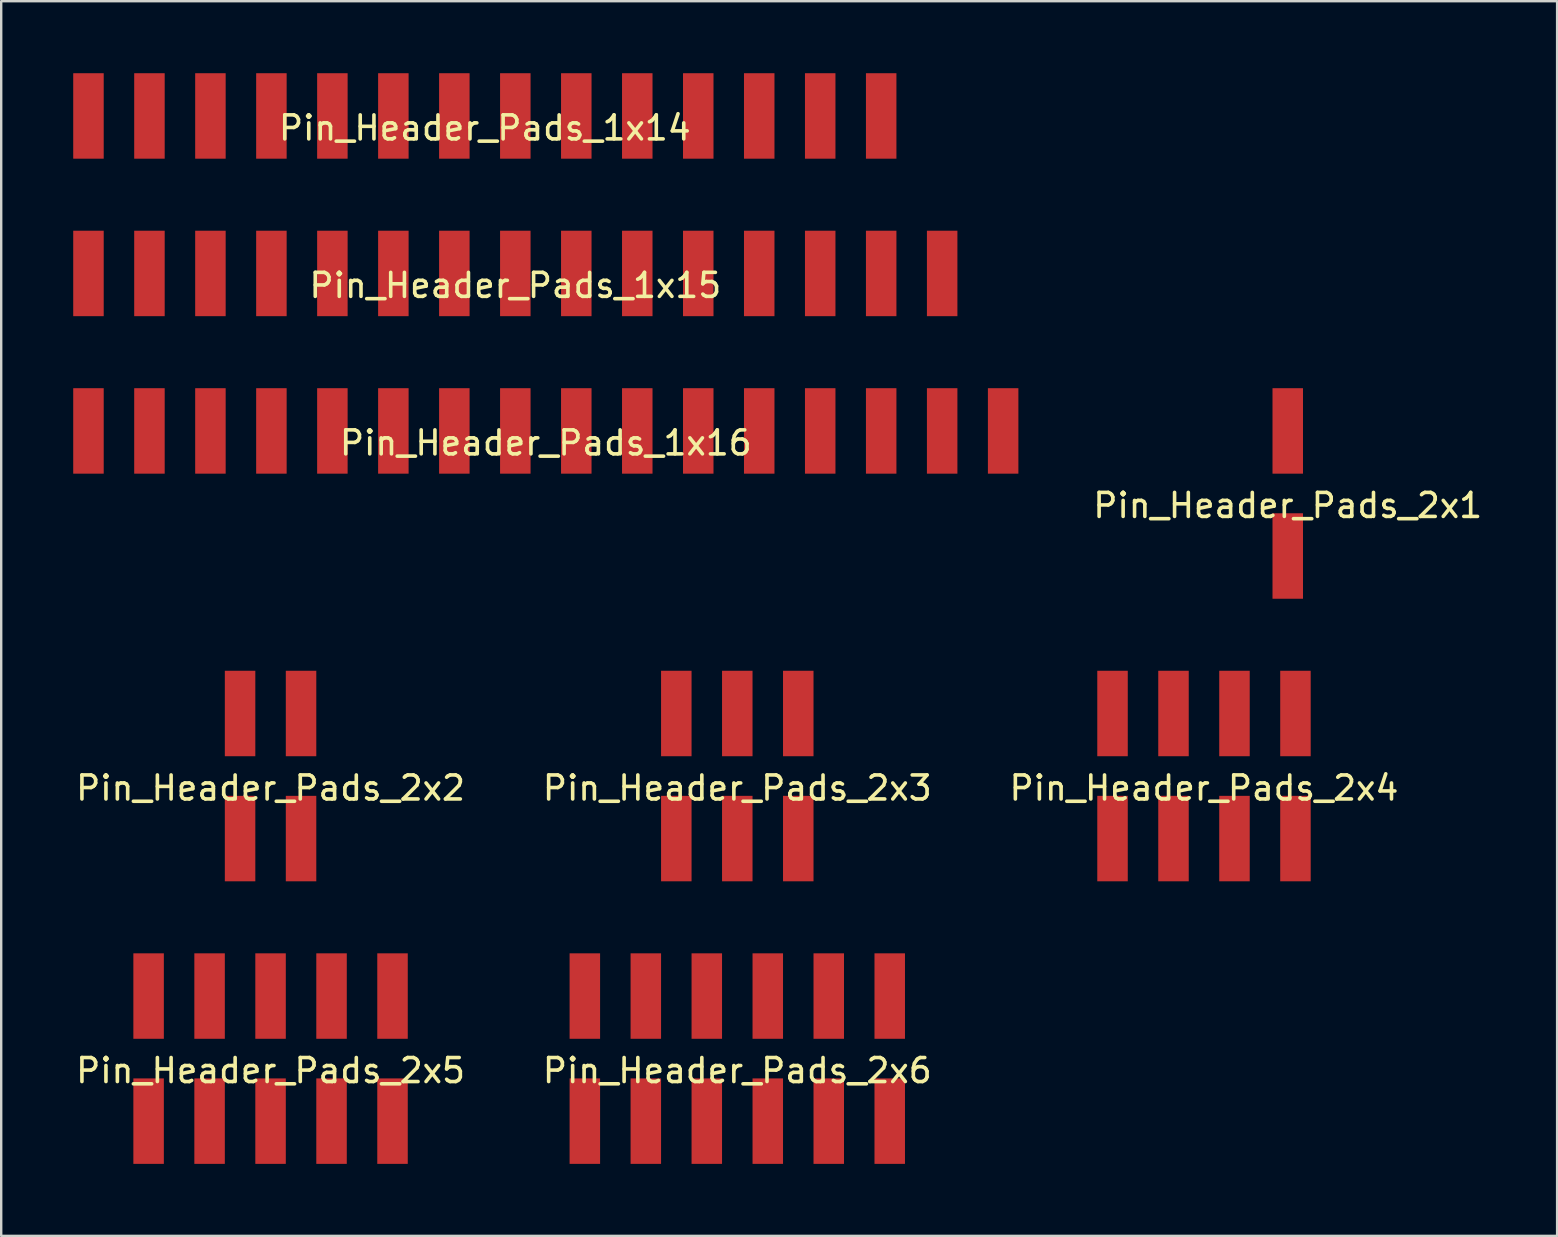
<source format=kicad_pcb>
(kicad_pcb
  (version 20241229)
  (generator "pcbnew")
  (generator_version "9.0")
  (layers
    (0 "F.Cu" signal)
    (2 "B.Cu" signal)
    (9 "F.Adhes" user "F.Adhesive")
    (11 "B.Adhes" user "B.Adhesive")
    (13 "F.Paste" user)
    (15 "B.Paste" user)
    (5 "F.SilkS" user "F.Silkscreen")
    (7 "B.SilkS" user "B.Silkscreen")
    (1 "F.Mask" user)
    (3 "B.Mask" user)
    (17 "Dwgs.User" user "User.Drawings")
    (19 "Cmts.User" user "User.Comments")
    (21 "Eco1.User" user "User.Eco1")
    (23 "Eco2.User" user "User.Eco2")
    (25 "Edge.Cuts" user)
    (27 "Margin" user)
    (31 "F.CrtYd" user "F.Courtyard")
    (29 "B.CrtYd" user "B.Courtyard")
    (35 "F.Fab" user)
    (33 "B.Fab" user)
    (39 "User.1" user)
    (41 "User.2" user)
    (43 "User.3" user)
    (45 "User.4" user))
  (footprint "Pin_Header_Pads_2x5"
    (layer "F.Cu")
    (at 8.22 41.045)
    (property "Reference" "Pin_Header_Pads_2x5" (at 0 0.5 0) (layer "F.SilkS") (effects (font (size 1 1) (thickness 0.15))))
    (attr through_hole)
    (pad "1" smd rect (at -5.08 2.605) (size 1.27 3.56) (layers "F.Cu" "F.Mask" "F.Paste"))
    (pad "2" smd rect (at -5.08 -2.605) (size 1.27 3.56) (layers "F.Cu" "F.Mask" "F.Paste"))
    (pad "3" smd rect (at -2.54 2.605) (size 1.27 3.56) (layers "F.Cu" "F.Mask" "F.Paste"))
    (pad "4" smd rect (at -2.54 -2.605) (size 1.27 3.56) (layers "F.Cu" "F.Mask" "F.Paste"))
    (pad "5" smd rect (at 0 2.605) (size 1.27 3.56) (layers "F.Cu" "F.Mask" "F.Paste"))
    (pad "6" smd rect (at 0 -2.605) (size 1.27 3.56) (layers "F.Cu" "F.Mask" "F.Paste"))
    (pad "7" smd rect (at 2.54 2.605) (size 1.27 3.56) (layers "F.Cu" "F.Mask" "F.Paste"))
    (pad "8" smd rect (at 2.54 -2.605) (size 1.27 3.56) (layers "F.Cu" "F.Mask" "F.Paste"))
    (pad "9" smd rect (at 5.08 2.605) (size 1.27 3.56) (layers "F.Cu" "F.Mask" "F.Paste"))
    (pad "10" smd rect (at 5.08 -2.605) (size 1.27 3.56) (layers "F.Cu" "F.Mask" "F.Paste")))
  (footprint "Pin_Header_Pads_2x6"
    (layer "F.Cu")
    (at 27.661 41.045)
    (property "Reference" "Pin_Header_Pads_2x6" (at 0 0.5 0) (layer "F.SilkS") (effects (font (size 1 1) (thickness 0.15))))
    (attr through_hole)
    (pad "1" smd rect (at -6.35 2.605) (size 1.27 3.56) (layers "F.Cu" "F.Mask" "F.Paste"))
    (pad "2" smd rect (at -6.35 -2.605) (size 1.27 3.56) (layers "F.Cu" "F.Mask" "F.Paste"))
    (pad "3" smd rect (at -3.81 2.605) (size 1.27 3.56) (layers "F.Cu" "F.Mask" "F.Paste"))
    (pad "4" smd rect (at -3.81 -2.605) (size 1.27 3.56) (layers "F.Cu" "F.Mask" "F.Paste"))
    (pad "5" smd rect (at -1.27 2.605) (size 1.27 3.56) (layers "F.Cu" "F.Mask" "F.Paste"))
    (pad "6" smd rect (at -1.27 -2.605) (size 1.27 3.56) (layers "F.Cu" "F.Mask" "F.Paste"))
    (pad "7" smd rect (at 1.27 2.605) (size 1.27 3.56) (layers "F.Cu" "F.Mask" "F.Paste"))
    (pad "8" smd rect (at 1.27 -2.605) (size 1.27 3.56) (layers "F.Cu" "F.Mask" "F.Paste"))
    (pad "9" smd rect (at 3.81 2.605) (size 1.27 3.56) (layers "F.Cu" "F.Mask" "F.Paste"))
    (pad "10" smd rect (at 3.81 -2.605) (size 1.27 3.56) (layers "F.Cu" "F.Mask" "F.Paste"))
    (pad "11" smd rect (at 6.35 2.605) (size 1.27 3.56) (layers "F.Cu" "F.Mask" "F.Paste"))
    (pad "12" smd rect (at 6.35 -2.605) (size 1.27 3.56) (layers "F.Cu" "F.Mask" "F.Paste")))
  (footprint "Pin_Header_Pads_2x3"
    (layer "F.Cu")
    (at 27.661 29.275)
    (property "Reference" "Pin_Header_Pads_2x3" (at 0 0.5 0) (layer "F.SilkS") (effects (font (size 1 1) (thickness 0.15))))
    (attr through_hole)
    (pad "1" smd rect (at -2.54 2.605) (size 1.27 3.56) (layers "F.Cu" "F.Mask" "F.Paste"))
    (pad "2" smd rect (at -2.54 -2.605) (size 1.27 3.56) (layers "F.Cu" "F.Mask" "F.Paste"))
    (pad "3" smd rect (at 0 2.605) (size 1.27 3.56) (layers "F.Cu" "F.Mask" "F.Paste"))
    (pad "4" smd rect (at 0 -2.605) (size 1.27 3.56) (layers "F.Cu" "F.Mask" "F.Paste"))
    (pad "5" smd rect (at 2.54 2.605) (size 1.27 3.56) (layers "F.Cu" "F.Mask" "F.Paste"))
    (pad "6" smd rect (at 2.54 -2.605) (size 1.27 3.56) (layers "F.Cu" "F.Mask" "F.Paste")))
  (footprint "Pin_Header_Pads_1x15"
    (layer "F.Cu")
    (at 18.415 8.34)
    (property "Reference" "Pin_Header_Pads_1x15" (at 0 0.5 0) (layer "F.SilkS") (effects (font (size 1 1) (thickness 0.15))))
    (attr through_hole)
    (pad "1" smd rect (at -17.78 0) (size 1.27 3.56) (layers "F.Cu" "F.Mask" "F.Paste"))
    (pad "2" smd rect (at -15.24 0) (size 1.27 3.56) (layers "F.Cu" "F.Mask" "F.Paste"))
    (pad "3" smd rect (at -12.7 0) (size 1.27 3.56) (layers "F.Cu" "F.Mask" "F.Paste"))
    (pad "4" smd rect (at -10.16 0) (size 1.27 3.56) (layers "F.Cu" "F.Mask" "F.Paste"))
    (pad "5" smd rect (at -7.62 0) (size 1.27 3.56) (layers "F.Cu" "F.Mask" "F.Paste"))
    (pad "6" smd rect (at -5.08 0) (size 1.27 3.56) (layers "F.Cu" "F.Mask" "F.Paste"))
    (pad "7" smd rect (at -2.54 0) (size 1.27 3.56) (layers "F.Cu" "F.Mask" "F.Paste"))
    (pad "8" smd rect (at 0 0) (size 1.27 3.56) (layers "F.Cu" "F.Mask" "F.Paste"))
    (pad "9" smd rect (at 2.54 0) (size 1.27 3.56) (layers "F.Cu" "F.Mask" "F.Paste"))
    (pad "10" smd rect (at 5.08 0) (size 1.27 3.56) (layers "F.Cu" "F.Mask" "F.Paste"))
    (pad "11" smd rect (at 7.62 0) (size 1.27 3.56) (layers "F.Cu" "F.Mask" "F.Paste"))
    (pad "12" smd rect (at 10.16 0) (size 1.27 3.56) (layers "F.Cu" "F.Mask" "F.Paste"))
    (pad "13" smd rect (at 12.7 0) (size 1.27 3.56) (layers "F.Cu" "F.Mask" "F.Paste"))
    (pad "14" smd rect (at 15.24 0) (size 1.27 3.56) (layers "F.Cu" "F.Mask" "F.Paste"))
    (pad "15" smd rect (at 17.78 0) (size 1.27 3.56) (layers "F.Cu" "F.Mask" "F.Paste")))
  (footprint "Pin_Header_Pads_2x4"
    (layer "F.Cu")
    (at 47.101 29.275)
    (property "Reference" "Pin_Header_Pads_2x4" (at 0 0.5 0) (layer "F.SilkS") (effects (font (size 1 1) (thickness 0.15))))
    (attr through_hole)
    (pad "1" smd rect (at -3.81 2.605) (size 1.27 3.56) (layers "F.Cu" "F.Mask" "F.Paste"))
    (pad "2" smd rect (at -3.81 -2.605) (size 1.27 3.56) (layers "F.Cu" "F.Mask" "F.Paste"))
    (pad "3" smd rect (at -1.27 2.605) (size 1.27 3.56) (layers "F.Cu" "F.Mask" "F.Paste"))
    (pad "4" smd rect (at -1.27 -2.605) (size 1.27 3.56) (layers "F.Cu" "F.Mask" "F.Paste"))
    (pad "5" smd rect (at 1.27 2.605) (size 1.27 3.56) (layers "F.Cu" "F.Mask" "F.Paste"))
    (pad "6" smd rect (at 1.27 -2.605) (size 1.27 3.56) (layers "F.Cu" "F.Mask" "F.Paste"))
    (pad "7" smd rect (at 3.81 2.605) (size 1.27 3.56) (layers "F.Cu" "F.Mask" "F.Paste"))
    (pad "8" smd rect (at 3.81 -2.605) (size 1.27 3.56) (layers "F.Cu" "F.Mask" "F.Paste")))
  (footprint "Pin_Header_Pads_2x1"
    (layer "F.Cu")
    (at 50.59 17.505)
    (property "Reference" "Pin_Header_Pads_2x1" (at 0 0.5 0) (layer "F.SilkS") (effects (font (size 1 1) (thickness 0.15))))
    (attr through_hole)
    (pad "1" smd rect (at 0 2.605) (size 1.27 3.56) (layers "F.Cu" "F.Mask" "F.Paste"))
    (pad "2" smd rect (at 0 -2.605) (size 1.27 3.56) (layers "F.Cu" "F.Mask" "F.Paste")))
  (footprint "Pin_Header_Pads_2x2"
    (layer "F.Cu")
    (at 8.22 29.275)
    (property "Reference" "Pin_Header_Pads_2x2" (at 0 0.5 0) (layer "F.SilkS") (effects (font (size 1 1) (thickness 0.15))))
    (attr through_hole)
    (pad "1" smd rect (at -1.27 2.605) (size 1.27 3.56) (layers "F.Cu" "F.Mask" "F.Paste"))
    (pad "2" smd rect (at -1.27 -2.605) (size 1.27 3.56) (layers "F.Cu" "F.Mask" "F.Paste"))
    (pad "3" smd rect (at 1.27 2.605) (size 1.27 3.56) (layers "F.Cu" "F.Mask" "F.Paste"))
    (pad "4" smd rect (at 1.27 -2.605) (size 1.27 3.56) (layers "F.Cu" "F.Mask" "F.Paste")))
  (footprint "Pin_Header_Pads_1x16"
    (layer "F.Cu")
    (at 19.685 14.9)
    (property "Reference" "Pin_Header_Pads_1x16" (at 0 0.5 0) (layer "F.SilkS") (effects (font (size 1 1) (thickness 0.15))))
    (attr through_hole)
    (pad "1" smd rect (at -19.05 0) (size 1.27 3.56) (layers "F.Cu" "F.Mask" "F.Paste"))
    (pad "2" smd rect (at -16.51 0) (size 1.27 3.56) (layers "F.Cu" "F.Mask" "F.Paste"))
    (pad "3" smd rect (at -13.97 0) (size 1.27 3.56) (layers "F.Cu" "F.Mask" "F.Paste"))
    (pad "4" smd rect (at -11.43 0) (size 1.27 3.56) (layers "F.Cu" "F.Mask" "F.Paste"))
    (pad "5" smd rect (at -8.89 0) (size 1.27 3.56) (layers "F.Cu" "F.Mask" "F.Paste"))
    (pad "6" smd rect (at -6.35 0) (size 1.27 3.56) (layers "F.Cu" "F.Mask" "F.Paste"))
    (pad "7" smd rect (at -3.81 0) (size 1.27 3.56) (layers "F.Cu" "F.Mask" "F.Paste"))
    (pad "8" smd rect (at -1.27 0) (size 1.27 3.56) (layers "F.Cu" "F.Mask" "F.Paste"))
    (pad "9" smd rect (at 1.27 0) (size 1.27 3.56) (layers "F.Cu" "F.Mask" "F.Paste"))
    (pad "10" smd rect (at 3.81 0) (size 1.27 3.56) (layers "F.Cu" "F.Mask" "F.Paste"))
    (pad "11" smd rect (at 6.35 0) (size 1.27 3.56) (layers "F.Cu" "F.Mask" "F.Paste"))
    (pad "12" smd rect (at 8.89 0) (size 1.27 3.56) (layers "F.Cu" "F.Mask" "F.Paste"))
    (pad "13" smd rect (at 11.43 0) (size 1.27 3.56) (layers "F.Cu" "F.Mask" "F.Paste"))
    (pad "14" smd rect (at 13.97 0) (size 1.27 3.56) (layers "F.Cu" "F.Mask" "F.Paste"))
    (pad "15" smd rect (at 16.51 0) (size 1.27 3.56) (layers "F.Cu" "F.Mask" "F.Paste"))
    (pad "16" smd rect (at 19.05 0) (size 1.27 3.56) (layers "F.Cu" "F.Mask" "F.Paste")))
  (footprint "Pin_Header_Pads_1x14"
    (layer "F.Cu")
    (at 17.145 1.78)
    (property "Reference" "Pin_Header_Pads_1x14" (at 0 0.5 0) (layer "F.SilkS") (effects (font (size 1 1) (thickness 0.15))))
    (attr through_hole)
    (pad "1" smd rect (at -16.51 0) (size 1.27 3.56) (layers "F.Cu" "F.Mask" "F.Paste"))
    (pad "2" smd rect (at -13.97 0) (size 1.27 3.56) (layers "F.Cu" "F.Mask" "F.Paste"))
    (pad "3" smd rect (at -11.43 0) (size 1.27 3.56) (layers "F.Cu" "F.Mask" "F.Paste"))
    (pad "4" smd rect (at -8.89 0) (size 1.27 3.56) (layers "F.Cu" "F.Mask" "F.Paste"))
    (pad "5" smd rect (at -6.35 0) (size 1.27 3.56) (layers "F.Cu" "F.Mask" "F.Paste"))
    (pad "6" smd rect (at -3.81 0) (size 1.27 3.56) (layers "F.Cu" "F.Mask" "F.Paste"))
    (pad "7" smd rect (at -1.27 0) (size 1.27 3.56) (layers "F.Cu" "F.Mask" "F.Paste"))
    (pad "8" smd rect (at 1.27 0) (size 1.27 3.56) (layers "F.Cu" "F.Mask" "F.Paste"))
    (pad "9" smd rect (at 3.81 0) (size 1.27 3.56) (layers "F.Cu" "F.Mask" "F.Paste"))
    (pad "10" smd rect (at 6.35 0) (size 1.27 3.56) (layers "F.Cu" "F.Mask" "F.Paste"))
    (pad "11" smd rect (at 8.89 0) (size 1.27 3.56) (layers "F.Cu" "F.Mask" "F.Paste"))
    (pad "12" smd rect (at 11.43 0) (size 1.27 3.56) (layers "F.Cu" "F.Mask" "F.Paste"))
    (pad "13" smd rect (at 13.97 0) (size 1.27 3.56) (layers "F.Cu" "F.Mask" "F.Paste"))
    (pad "14" smd rect (at 16.51 0) (size 1.27 3.56) (layers "F.Cu" "F.Mask" "F.Paste")))
  (gr_rect
    (start -3 -3)
    (end 61.81 48.43)
    (stroke (width 0.1) (type default))
    (fill no)
    (layer "Edge.Cuts")))
</source>
